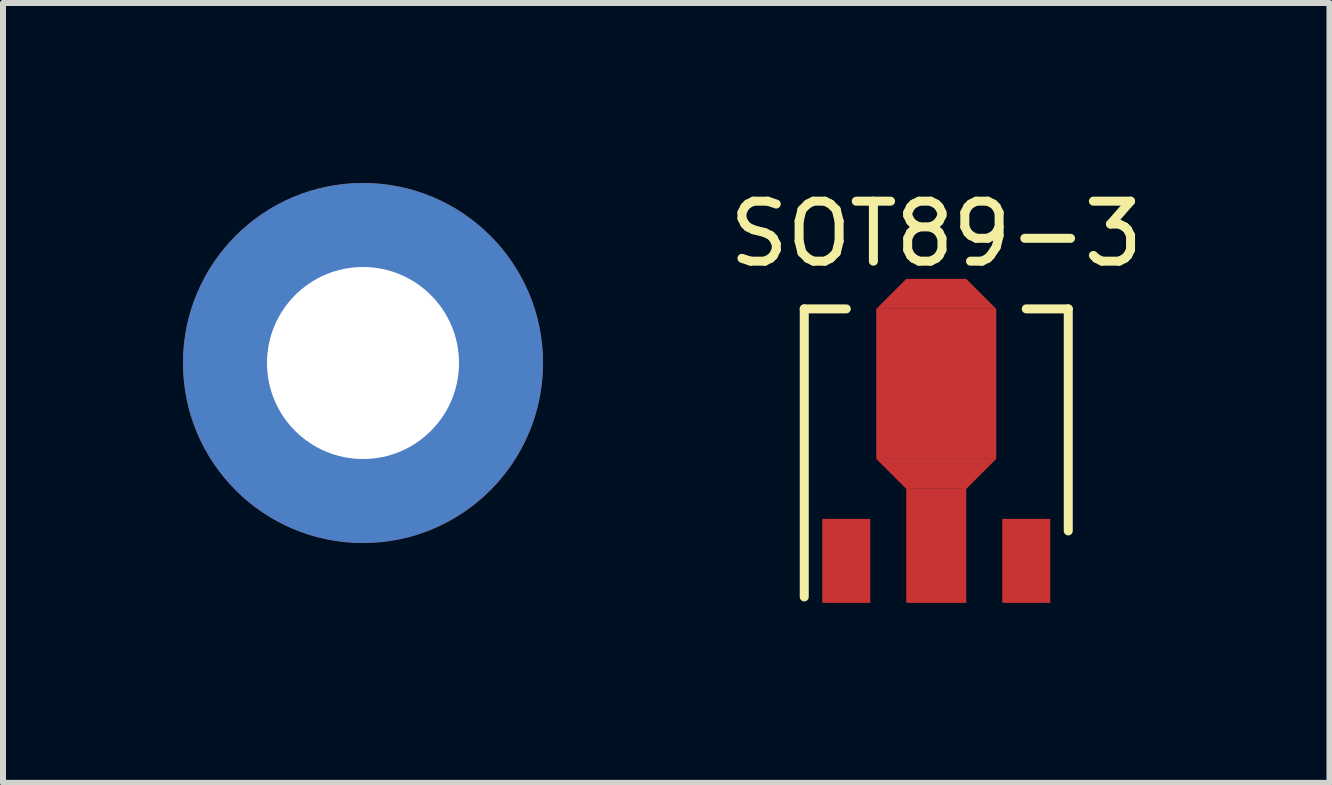
<source format=kicad_pcb>
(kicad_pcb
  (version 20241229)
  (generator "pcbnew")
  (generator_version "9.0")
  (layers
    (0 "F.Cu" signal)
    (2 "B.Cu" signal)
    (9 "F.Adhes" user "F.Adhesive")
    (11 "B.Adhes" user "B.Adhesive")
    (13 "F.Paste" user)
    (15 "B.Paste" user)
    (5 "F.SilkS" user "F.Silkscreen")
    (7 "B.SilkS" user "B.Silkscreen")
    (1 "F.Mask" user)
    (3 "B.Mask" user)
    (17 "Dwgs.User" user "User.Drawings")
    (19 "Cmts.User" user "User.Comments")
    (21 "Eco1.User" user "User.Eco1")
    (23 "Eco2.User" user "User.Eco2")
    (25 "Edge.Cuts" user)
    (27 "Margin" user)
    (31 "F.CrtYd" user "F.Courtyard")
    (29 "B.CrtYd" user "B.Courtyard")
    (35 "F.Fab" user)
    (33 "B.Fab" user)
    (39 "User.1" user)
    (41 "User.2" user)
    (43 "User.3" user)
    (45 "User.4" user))
  (footprint "SOT89-3"
    (layer "F.Cu")
    (at 12.554 6.298)
    (property "Reference" "SOT89-3" (at 0 -5.45 0) (layer "F.SilkS") (effects (font (size 1 1) (thickness 0.15))))
    (attr smd)
    (fp_line (start -2.2 -4.2) (end -2.2 0.6) (stroke (width 0.15) (type solid)) (layer "F.SilkS"))
    (fp_line (start -2.2 -4.2) (end -1.5 -4.2) (stroke (width 0.15) (type solid)) (layer "F.SilkS"))
    (fp_line (start 2.2 -4.2) (end 1.5 -4.2) (stroke (width 0.15) (type solid)) (layer "F.SilkS"))
    (fp_line (start 2.2 -4.2) (end 2.2 -0.5) (stroke (width 0.15) (type solid)) (layer "F.SilkS"))
    (pad "1" smd rect (at -1.5 0) (size 0.8 1.4) (layers "F.Cu" "F.Mask" "F.Paste"))
    (pad "2" smd trapezoid (at 0 -4.45 180) (size 1.5 0.5) (rect_delta 0 -0.5) (layers "F.Cu" "F.Mask" "F.Paste"))
    (pad "2" smd rect (at 0 -2.95) (size 2 2.5) (layers "F.Cu" "F.Mask" "F.Paste"))
    (pad "2" smd trapezoid (at 0 -1.45 180) (size 1.5 0.5) (rect_delta 0 0.5) (layers "F.Cu" "F.Mask" "F.Paste"))
    (pad "2" smd rect (at 0 -0.25) (size 1 1.9) (layers "F.Cu" "F.Mask" "F.Paste"))
    (pad "3" smd rect (at 1.5 0) (size 0.8 1.4) (layers "F.Cu" "F.Mask" "F.Paste")))
  (footprint "3.2mm-pth-mount"
    (layer "F.Cu")
    (at 3 3)
    (property "Reference" "3.2mm-pth-mount" (at 0 0.5 0) (layer "F.SilkS") (effects (font (size 0.127 0.127) (thickness 0.032))))
    (attr through_hole)
    (pad "1" thru_hole circle (at 0 0) (size 6 6) (drill 3.2) (layers "*.Cu" "*.Mask")))
  (gr_rect
    (start -3 -3)
    (end 19.107 9.998)
    (stroke (width 0.1) (type default))
    (fill no)
    (layer "Edge.Cuts")))
</source>
